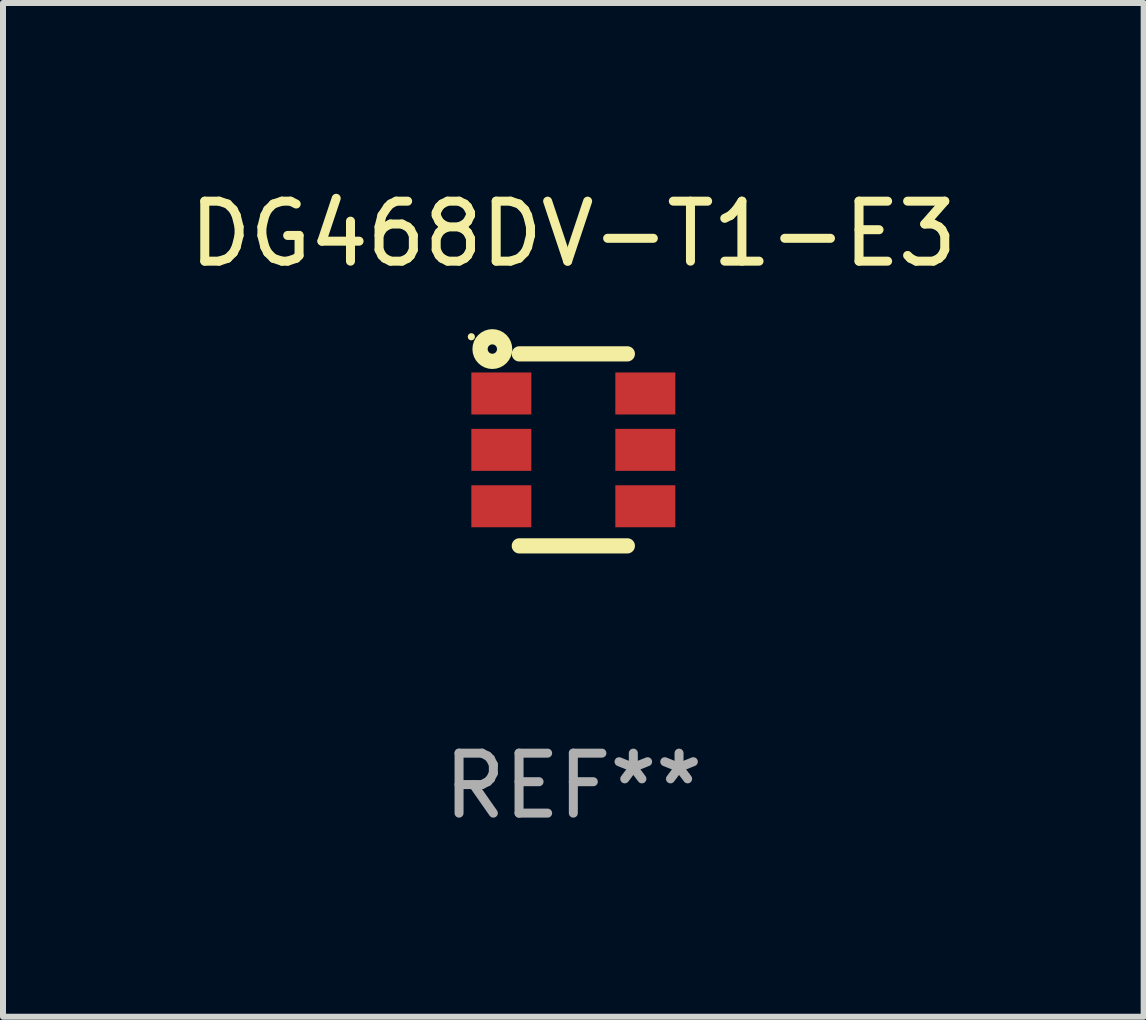
<source format=kicad_pcb>
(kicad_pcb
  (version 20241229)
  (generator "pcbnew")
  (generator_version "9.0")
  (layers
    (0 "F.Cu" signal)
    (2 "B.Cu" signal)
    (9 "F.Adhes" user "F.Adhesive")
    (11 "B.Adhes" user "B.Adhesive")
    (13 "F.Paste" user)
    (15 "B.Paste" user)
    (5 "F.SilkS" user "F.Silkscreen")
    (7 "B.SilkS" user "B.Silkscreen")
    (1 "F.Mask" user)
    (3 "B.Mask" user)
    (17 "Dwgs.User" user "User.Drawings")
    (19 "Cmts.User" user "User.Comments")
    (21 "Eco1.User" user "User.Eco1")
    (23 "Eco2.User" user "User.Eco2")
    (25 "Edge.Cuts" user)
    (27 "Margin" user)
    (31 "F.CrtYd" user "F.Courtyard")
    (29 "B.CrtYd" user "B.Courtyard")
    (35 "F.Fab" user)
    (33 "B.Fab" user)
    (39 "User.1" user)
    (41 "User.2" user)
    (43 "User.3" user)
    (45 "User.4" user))
  (footprint "DG468DV-T1-E3"
    (layer "F.Cu")
    (at 6.506 4.448)
    (property "Reference" "DG468DV-T1-E3" (at 0 -3.6 0) (layer "F.SilkS") (effects (font (size 1 1) (thickness 0.15))))
    (attr through_hole)
    (fp_line (start 0.9 -1.6) (end -0.9 -1.6) (stroke (width 0.254) (type solid)) (layer "F.SilkS"))
    (fp_line (start 0.9 1.6) (end -0.9 1.6) (stroke (width 0.254) (type solid)) (layer "F.SilkS"))
    (fp_circle (center -1.7 -1.885) (end -1.67 -1.885) (stroke (width 0.06) (type solid)) (fill no) (layer "F.SilkS"))
    (fp_circle (center -1.35 -1.68) (end -1.272 -1.68) (stroke (width 0.254) (type solid)) (fill no) (layer "F.SilkS"))
    (fp_text user "REF**" (at 0 5.6 0) (layer "F.Fab") (effects (font (size 1 1) (thickness 0.15))))
    (pad "1" smd rect (at -1.2 -0.94) (size 1 0.7) (layers "F.Cu" "F.Mask" "F.Paste"))
    (pad "2" smd rect (at -1.2 0) (size 1 0.7) (layers "F.Cu" "F.Mask" "F.Paste"))
    (pad "3" smd rect (at -1.2 0.94) (size 1 0.7) (layers "F.Cu" "F.Mask" "F.Paste"))
    (pad "4" smd rect (at 1.2 0.94) (size 1 0.7) (layers "F.Cu" "F.Mask" "F.Paste"))
    (pad "5" smd rect (at 1.2 0) (size 1 0.7) (layers "F.Cu" "F.Mask" "F.Paste"))
    (pad "6" smd rect (at 1.2 -0.94) (size 1 0.7) (layers "F.Cu" "F.Mask" "F.Paste")))
  (gr_rect
    (start -3 -3)
    (end 16.012 13.896)
    (stroke (width 0.1) (type default))
    (fill no)
    (layer "Edge.Cuts")))
</source>
